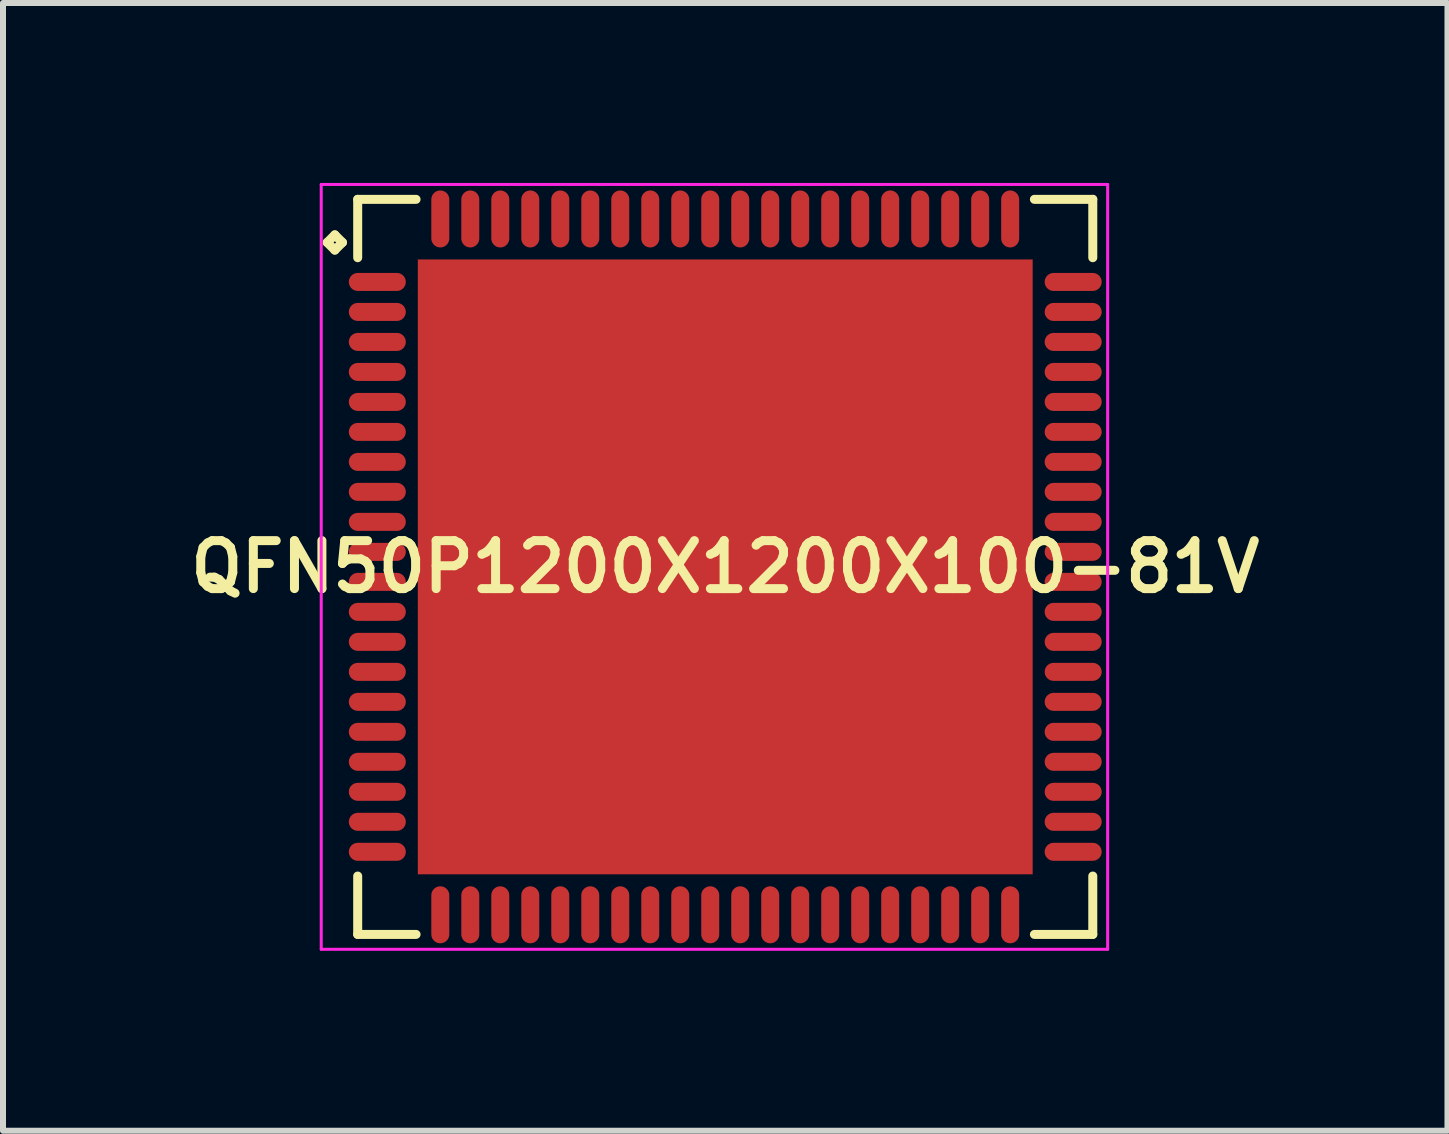
<source format=kicad_pcb>
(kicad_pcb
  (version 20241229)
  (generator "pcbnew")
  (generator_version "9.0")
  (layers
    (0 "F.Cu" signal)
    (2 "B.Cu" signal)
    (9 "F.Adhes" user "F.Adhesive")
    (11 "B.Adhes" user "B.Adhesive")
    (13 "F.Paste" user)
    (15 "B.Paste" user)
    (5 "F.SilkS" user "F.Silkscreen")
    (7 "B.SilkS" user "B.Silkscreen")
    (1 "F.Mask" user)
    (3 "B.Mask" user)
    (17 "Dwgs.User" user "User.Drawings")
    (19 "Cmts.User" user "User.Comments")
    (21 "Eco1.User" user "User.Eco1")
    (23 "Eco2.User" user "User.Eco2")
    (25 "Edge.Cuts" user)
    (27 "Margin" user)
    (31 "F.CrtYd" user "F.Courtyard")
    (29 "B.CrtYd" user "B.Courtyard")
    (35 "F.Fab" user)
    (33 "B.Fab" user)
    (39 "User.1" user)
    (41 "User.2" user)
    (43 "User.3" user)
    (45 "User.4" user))
  (footprint "QFN50P1200X1200X100-81V"
    (layer "F.Cu")
    (at 9.04 6.4)
    (property "Reference" "QFN50P1200X1200X100-81V" (at 0 0 0) (layer "F.SilkS") (effects (font (size 0.8 0.8) (thickness 0.15))))
    (attr smd)
    (fp_line (start -6.635 -5.408) (end -6.508 -5.535) (stroke (width 0.15) (type solid)) (layer "F.SilkS"))
    (fp_line (start -6.508 -5.535) (end -6.381 -5.408) (stroke (width 0.15) (type solid)) (layer "F.SilkS"))
    (fp_line (start -6.508 -5.281) (end -6.635 -5.408) (stroke (width 0.15) (type solid)) (layer "F.SilkS"))
    (fp_line (start -6.381 -5.408) (end -6.508 -5.281) (stroke (width 0.15) (type solid)) (layer "F.SilkS"))
    (fp_line (start -6.127 -6.127) (end -5.154 -6.127) (stroke (width 0.15) (type solid)) (layer "F.SilkS"))
    (fp_line (start -6.127 -5.154) (end -6.127 -6.127) (stroke (width 0.15) (type solid)) (layer "F.SilkS"))
    (fp_line (start -6.127 5.154) (end -6.127 6.127) (stroke (width 0.15) (type solid)) (layer "F.SilkS"))
    (fp_line (start -6.127 6.127) (end -5.154 6.127) (stroke (width 0.15) (type solid)) (layer "F.SilkS"))
    (fp_line (start 5.154 -6.127) (end 6.127 -6.127) (stroke (width 0.15) (type solid)) (layer "F.SilkS"))
    (fp_line (start 5.154 6.127) (end 6.127 6.127) (stroke (width 0.15) (type solid)) (layer "F.SilkS"))
    (fp_line (start 6.127 -6.127) (end 6.127 -5.154) (stroke (width 0.15) (type solid)) (layer "F.SilkS"))
    (fp_line (start 6.127 6.127) (end 6.127 5.154) (stroke (width 0.15) (type solid)) (layer "F.SilkS"))
    (fp_line (start -6.735 -6.375) (end 6.375 -6.375) (stroke (width 0.05) (type solid)) (layer "F.CrtYd"))
    (fp_line (start -6.735 6.375) (end -6.735 -6.375) (stroke (width 0.05) (type solid)) (layer "F.CrtYd"))
    (fp_line (start 6.375 -6.375) (end 6.375 6.375) (stroke (width 0.05) (type solid)) (layer "F.CrtYd"))
    (fp_line (start 6.375 6.375) (end -6.735 6.375) (stroke (width 0.05) (type solid)) (layer "F.CrtYd"))
    (pad "1" smd oval (at -5.8 -4.75) (size 0.95 0.3) (layers "F.Cu" "F.Mask" "F.Paste"))
    (pad "2" smd oval (at -5.8 -4.25) (size 0.95 0.3) (layers "F.Cu" "F.Mask" "F.Paste"))
    (pad "3" smd oval (at -5.8 -3.75) (size 0.95 0.3) (layers "F.Cu" "F.Mask" "F.Paste"))
    (pad "4" smd oval (at -5.8 -3.25) (size 0.95 0.3) (layers "F.Cu" "F.Mask" "F.Paste"))
    (pad "5" smd oval (at -5.8 -2.75) (size 0.95 0.3) (layers "F.Cu" "F.Mask" "F.Paste"))
    (pad "6" smd oval (at -5.8 -2.25) (size 0.95 0.3) (layers "F.Cu" "F.Mask" "F.Paste"))
    (pad "7" smd oval (at -5.8 -1.75) (size 0.95 0.3) (layers "F.Cu" "F.Mask" "F.Paste"))
    (pad "8" smd oval (at -5.8 -1.25) (size 0.95 0.3) (layers "F.Cu" "F.Mask" "F.Paste"))
    (pad "9" smd oval (at -5.8 -0.75) (size 0.95 0.3) (layers "F.Cu" "F.Mask" "F.Paste"))
    (pad "10" smd oval (at -5.8 -0.25) (size 0.95 0.3) (layers "F.Cu" "F.Mask" "F.Paste"))
    (pad "11" smd oval (at -5.8 0.25) (size 0.95 0.3) (layers "F.Cu" "F.Mask" "F.Paste"))
    (pad "12" smd oval (at -5.8 0.75) (size 0.95 0.3) (layers "F.Cu" "F.Mask" "F.Paste"))
    (pad "13" smd oval (at -5.8 1.25) (size 0.95 0.3) (layers "F.Cu" "F.Mask" "F.Paste"))
    (pad "14" smd oval (at -5.8 1.75) (size 0.95 0.3) (layers "F.Cu" "F.Mask" "F.Paste"))
    (pad "15" smd oval (at -5.8 2.25) (size 0.95 0.3) (layers "F.Cu" "F.Mask" "F.Paste"))
    (pad "16" smd oval (at -5.8 2.75) (size 0.95 0.3) (layers "F.Cu" "F.Mask" "F.Paste"))
    (pad "17" smd oval (at -5.8 3.25) (size 0.95 0.3) (layers "F.Cu" "F.Mask" "F.Paste"))
    (pad "18" smd oval (at -5.8 3.75) (size 0.95 0.3) (layers "F.Cu" "F.Mask" "F.Paste"))
    (pad "19" smd oval (at -5.8 4.25) (size 0.95 0.3) (layers "F.Cu" "F.Mask" "F.Paste"))
    (pad "20" smd oval (at -5.8 4.75) (size 0.95 0.3) (layers "F.Cu" "F.Mask" "F.Paste"))
    (pad "21" smd oval (at -4.75 5.8) (size 0.3 0.95) (layers "F.Cu" "F.Mask" "F.Paste"))
    (pad "22" smd oval (at -4.25 5.8) (size 0.3 0.95) (layers "F.Cu" "F.Mask" "F.Paste"))
    (pad "23" smd oval (at -3.75 5.8) (size 0.3 0.95) (layers "F.Cu" "F.Mask" "F.Paste"))
    (pad "24" smd oval (at -3.25 5.8) (size 0.3 0.95) (layers "F.Cu" "F.Mask" "F.Paste"))
    (pad "25" smd oval (at -2.75 5.8) (size 0.3 0.95) (layers "F.Cu" "F.Mask" "F.Paste"))
    (pad "26" smd oval (at -2.25 5.8) (size 0.3 0.95) (layers "F.Cu" "F.Mask" "F.Paste"))
    (pad "27" smd oval (at -1.75 5.8) (size 0.3 0.95) (layers "F.Cu" "F.Mask" "F.Paste"))
    (pad "28" smd oval (at -1.25 5.8) (size 0.3 0.95) (layers "F.Cu" "F.Mask" "F.Paste"))
    (pad "29" smd oval (at -0.75 5.8) (size 0.3 0.95) (layers "F.Cu" "F.Mask" "F.Paste"))
    (pad "30" smd oval (at -0.25 5.8) (size 0.3 0.95) (layers "F.Cu" "F.Mask" "F.Paste"))
    (pad "31" smd oval (at 0.25 5.8) (size 0.3 0.95) (layers "F.Cu" "F.Mask" "F.Paste"))
    (pad "32" smd oval (at 0.75 5.8) (size 0.3 0.95) (layers "F.Cu" "F.Mask" "F.Paste"))
    (pad "33" smd oval (at 1.25 5.8) (size 0.3 0.95) (layers "F.Cu" "F.Mask" "F.Paste"))
    (pad "34" smd oval (at 1.75 5.8) (size 0.3 0.95) (layers "F.Cu" "F.Mask" "F.Paste"))
    (pad "35" smd oval (at 2.25 5.8) (size 0.3 0.95) (layers "F.Cu" "F.Mask" "F.Paste"))
    (pad "36" smd oval (at 2.75 5.8) (size 0.3 0.95) (layers "F.Cu" "F.Mask" "F.Paste"))
    (pad "37" smd oval (at 3.25 5.8) (size 0.3 0.95) (layers "F.Cu" "F.Mask" "F.Paste"))
    (pad "38" smd oval (at 3.75 5.8) (size 0.3 0.95) (layers "F.Cu" "F.Mask" "F.Paste"))
    (pad "39" smd oval (at 4.25 5.8) (size 0.3 0.95) (layers "F.Cu" "F.Mask" "F.Paste"))
    (pad "40" smd oval (at 4.75 5.8) (size 0.3 0.95) (layers "F.Cu" "F.Mask" "F.Paste"))
    (pad "41" smd oval (at 5.8 4.75) (size 0.95 0.3) (layers "F.Cu" "F.Mask" "F.Paste"))
    (pad "42" smd oval (at 5.8 4.25) (size 0.95 0.3) (layers "F.Cu" "F.Mask" "F.Paste"))
    (pad "43" smd oval (at 5.8 3.75) (size 0.95 0.3) (layers "F.Cu" "F.Mask" "F.Paste"))
    (pad "44" smd oval (at 5.8 3.25) (size 0.95 0.3) (layers "F.Cu" "F.Mask" "F.Paste"))
    (pad "45" smd oval (at 5.8 2.75) (size 0.95 0.3) (layers "F.Cu" "F.Mask" "F.Paste"))
    (pad "46" smd oval (at 5.8 2.25) (size 0.95 0.3) (layers "F.Cu" "F.Mask" "F.Paste"))
    (pad "47" smd oval (at 5.8 1.75) (size 0.95 0.3) (layers "F.Cu" "F.Mask" "F.Paste"))
    (pad "48" smd oval (at 5.8 1.25) (size 0.95 0.3) (layers "F.Cu" "F.Mask" "F.Paste"))
    (pad "49" smd oval (at 5.8 0.75) (size 0.95 0.3) (layers "F.Cu" "F.Mask" "F.Paste"))
    (pad "50" smd oval (at 5.8 0.25) (size 0.95 0.3) (layers "F.Cu" "F.Mask" "F.Paste"))
    (pad "51" smd oval (at 5.8 -0.25) (size 0.95 0.3) (layers "F.Cu" "F.Mask" "F.Paste"))
    (pad "52" smd oval (at 5.8 -0.75) (size 0.95 0.3) (layers "F.Cu" "F.Mask" "F.Paste"))
    (pad "53" smd oval (at 5.8 -1.25) (size 0.95 0.3) (layers "F.Cu" "F.Mask" "F.Paste"))
    (pad "54" smd oval (at 5.8 -1.75) (size 0.95 0.3) (layers "F.Cu" "F.Mask" "F.Paste"))
    (pad "55" smd oval (at 5.8 -2.25) (size 0.95 0.3) (layers "F.Cu" "F.Mask" "F.Paste"))
    (pad "56" smd oval (at 5.8 -2.75) (size 0.95 0.3) (layers "F.Cu" "F.Mask" "F.Paste"))
    (pad "57" smd oval (at 5.8 -3.25) (size 0.95 0.3) (layers "F.Cu" "F.Mask" "F.Paste"))
    (pad "58" smd oval (at 5.8 -3.75) (size 0.95 0.3) (layers "F.Cu" "F.Mask" "F.Paste"))
    (pad "59" smd oval (at 5.8 -4.25) (size 0.95 0.3) (layers "F.Cu" "F.Mask" "F.Paste"))
    (pad "60" smd oval (at 5.8 -4.75) (size 0.95 0.3) (layers "F.Cu" "F.Mask" "F.Paste"))
    (pad "61" smd oval (at 4.75 -5.8) (size 0.3 0.95) (layers "F.Cu" "F.Mask" "F.Paste"))
    (pad "62" smd oval (at 4.25 -5.8) (size 0.3 0.95) (layers "F.Cu" "F.Mask" "F.Paste"))
    (pad "63" smd oval (at 3.75 -5.8) (size 0.3 0.95) (layers "F.Cu" "F.Mask" "F.Paste"))
    (pad "64" smd oval (at 3.25 -5.8) (size 0.3 0.95) (layers "F.Cu" "F.Mask" "F.Paste"))
    (pad "65" smd oval (at 2.75 -5.8) (size 0.3 0.95) (layers "F.Cu" "F.Mask" "F.Paste"))
    (pad "66" smd oval (at 2.25 -5.8) (size 0.3 0.95) (layers "F.Cu" "F.Mask" "F.Paste"))
    (pad "67" smd oval (at 1.75 -5.8) (size 0.3 0.95) (layers "F.Cu" "F.Mask" "F.Paste"))
    (pad "68" smd oval (at 1.25 -5.8) (size 0.3 0.95) (layers "F.Cu" "F.Mask" "F.Paste"))
    (pad "69" smd oval (at 0.75 -5.8) (size 0.3 0.95) (layers "F.Cu" "F.Mask" "F.Paste"))
    (pad "70" smd oval (at 0.25 -5.8) (size 0.3 0.95) (layers "F.Cu" "F.Mask" "F.Paste"))
    (pad "71" smd oval (at -0.25 -5.8) (size 0.3 0.95) (layers "F.Cu" "F.Mask" "F.Paste"))
    (pad "72" smd oval (at -0.75 -5.8) (size 0.3 0.95) (layers "F.Cu" "F.Mask" "F.Paste"))
    (pad "73" smd oval (at -1.25 -5.8) (size 0.3 0.95) (layers "F.Cu" "F.Mask" "F.Paste"))
    (pad "74" smd oval (at -1.75 -5.8) (size 0.3 0.95) (layers "F.Cu" "F.Mask" "F.Paste"))
    (pad "75" smd oval (at -2.25 -5.8) (size 0.3 0.95) (layers "F.Cu" "F.Mask" "F.Paste"))
    (pad "76" smd oval (at -2.75 -5.8) (size 0.3 0.95) (layers "F.Cu" "F.Mask" "F.Paste"))
    (pad "77" smd oval (at -3.25 -5.8) (size 0.3 0.95) (layers "F.Cu" "F.Mask" "F.Paste"))
    (pad "78" smd oval (at -3.75 -5.8) (size 0.3 0.95) (layers "F.Cu" "F.Mask" "F.Paste"))
    (pad "79" smd oval (at -4.25 -5.8) (size 0.3 0.95) (layers "F.Cu" "F.Mask" "F.Paste"))
    (pad "80" smd oval (at -4.75 -5.8) (size 0.3 0.95) (layers "F.Cu" "F.Mask" "F.Paste"))
    (pad "81" smd rect (at 0 0) (size 10.25 10.25) (layers "F.Cu" "F.Mask" "F.Paste")))
  (gr_rect
    (start -3 -3)
    (end 21.08 15.8)
    (stroke (width 0.1) (type default))
    (fill no)
    (layer "Edge.Cuts")))
</source>
